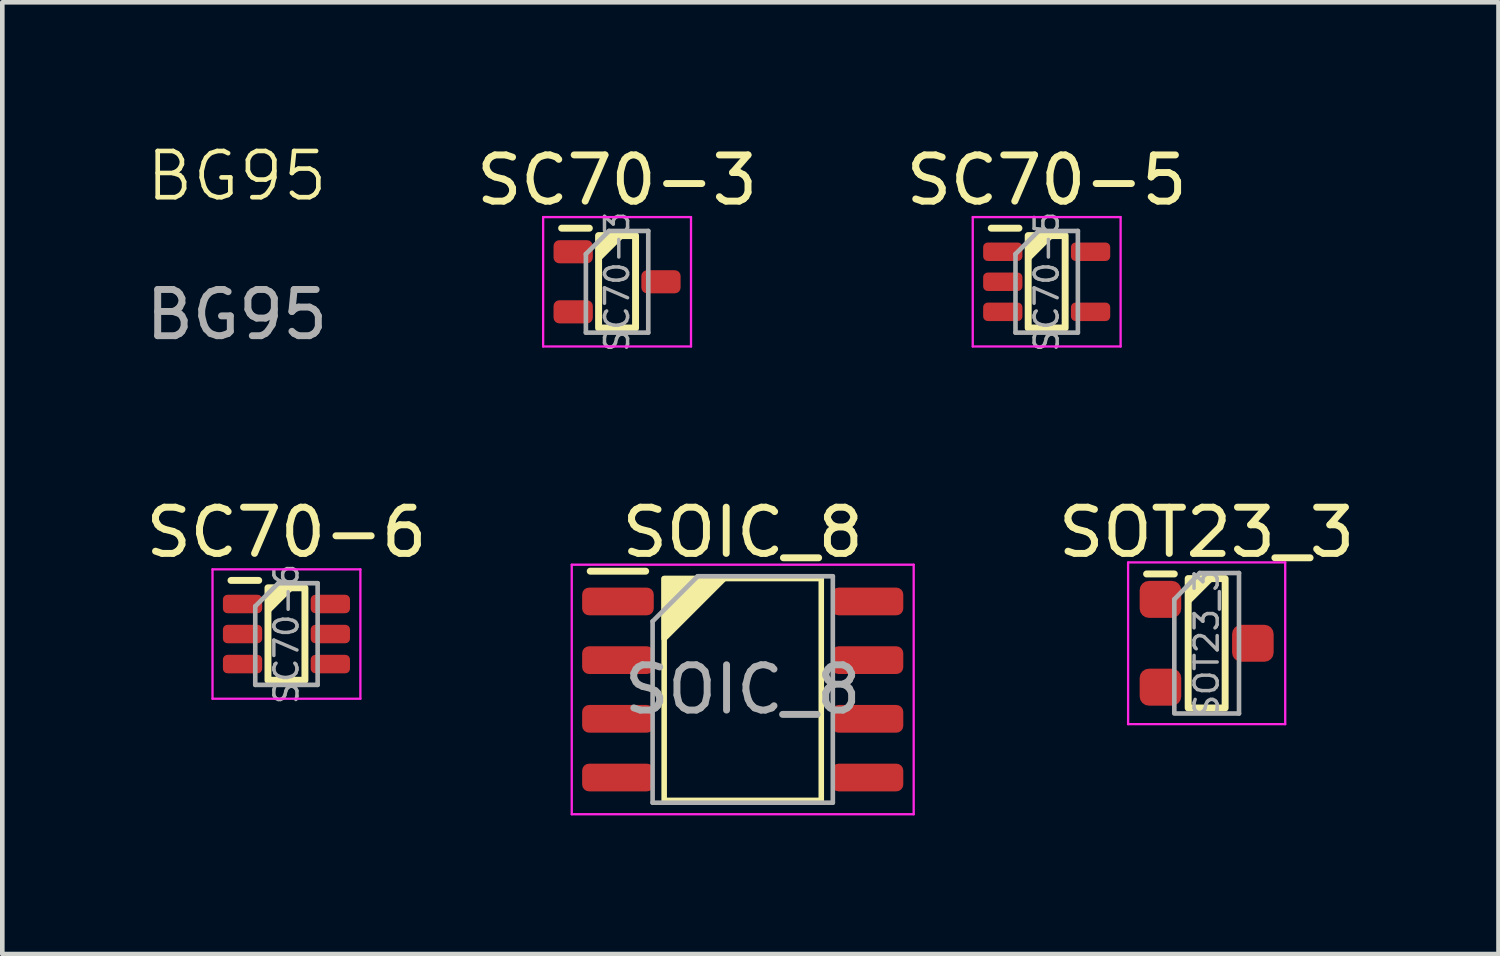
<source format=kicad_pcb>
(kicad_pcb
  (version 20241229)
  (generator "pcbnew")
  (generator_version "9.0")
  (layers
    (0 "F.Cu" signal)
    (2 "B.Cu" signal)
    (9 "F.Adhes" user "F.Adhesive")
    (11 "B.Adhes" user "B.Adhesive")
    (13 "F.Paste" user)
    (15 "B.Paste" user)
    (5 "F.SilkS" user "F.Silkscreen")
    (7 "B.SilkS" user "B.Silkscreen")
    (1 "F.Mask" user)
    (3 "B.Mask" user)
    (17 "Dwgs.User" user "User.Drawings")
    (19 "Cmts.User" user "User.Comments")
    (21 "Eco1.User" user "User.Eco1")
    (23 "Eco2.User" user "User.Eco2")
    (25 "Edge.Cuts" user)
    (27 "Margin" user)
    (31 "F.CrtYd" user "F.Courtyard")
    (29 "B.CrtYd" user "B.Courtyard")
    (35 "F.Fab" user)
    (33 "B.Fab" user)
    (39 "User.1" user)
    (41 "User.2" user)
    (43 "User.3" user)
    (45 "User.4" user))
  (footprint "SOIC_8"
    (layer "F.Cu")
    (at 13.023 11.871)
    (property "Reference" "SOIC_8" (at 0 -3.4 0) (unlocked yes) (layer "F.SilkS") (effects (font (size 1 1) (thickness 0.15))))
    (attr smd)
    (fp_line (start -2.1 -2.56) (end -3.3 -2.56) (stroke (width 0.15) (type solid)) (layer "F.SilkS"))
    (fp_rect (start -1.7 2.4) (end 1.7 -2.4) (stroke (width 0.12) (type solid)) (fill no) (layer "F.SilkS"))
    (fp_poly (pts (xy -1.7 -1.1) (xy -1.7 -2.4) (xy -0.4 -2.4)) (stroke (width 0.12) (type solid)) (fill yes) (layer "F.SilkS"))
    (fp_line (start -3.7 -2.7) (end -3.7 2.7) (stroke (width 0.05) (type solid)) (layer "F.CrtYd"))
    (fp_line (start -3.7 2.7) (end 3.7 2.7) (stroke (width 0.05) (type solid)) (layer "F.CrtYd"))
    (fp_line (start 3.7 -2.7) (end -3.7 -2.7) (stroke (width 0.05) (type solid)) (layer "F.CrtYd"))
    (fp_line (start 3.7 2.7) (end 3.7 -2.7) (stroke (width 0.05) (type solid)) (layer "F.CrtYd"))
    (fp_line (start -1.95 -1.475) (end -0.975 -2.45) (stroke (width 0.1) (type solid)) (layer "F.Fab"))
    (fp_line (start -1.95 2.45) (end -1.95 -1.475) (stroke (width 0.1) (type solid)) (layer "F.Fab"))
    (fp_line (start -0.975 -2.45) (end 1.95 -2.45) (stroke (width 0.1) (type solid)) (layer "F.Fab"))
    (fp_line (start 1.95 -2.45) (end 1.95 2.45) (stroke (width 0.1) (type solid)) (layer "F.Fab"))
    (fp_line (start 1.95 2.45) (end -1.95 2.45) (stroke (width 0.1) (type solid)) (layer "F.Fab"))
    (fp_text user "${REFERENCE}" (at 0 0 0) (layer "F.Fab") (effects (font (size 0.98 0.98) (thickness 0.15))))
    (pad "1" smd roundrect (at -2.7 -1.905) (size 1.55 0.6) (layers "F.Cu" "F.Mask" "F.Paste") (roundrect_rratio 0.25))
    (pad "2" smd roundrect (at -2.7 -0.635) (size 1.55 0.6) (layers "F.Cu" "F.Mask" "F.Paste") (roundrect_rratio 0.25))
    (pad "3" smd roundrect (at -2.7 0.635) (size 1.55 0.6) (layers "F.Cu" "F.Mask" "F.Paste") (roundrect_rratio 0.25))
    (pad "4" smd roundrect (at -2.7 1.905) (size 1.55 0.6) (layers "F.Cu" "F.Mask" "F.Paste") (roundrect_rratio 0.25))
    (pad "5" smd roundrect (at 2.7 1.905) (size 1.55 0.6) (layers "F.Cu" "F.Mask" "F.Paste") (roundrect_rratio 0.25))
    (pad "6" smd roundrect (at 2.7 0.635) (size 1.55 0.6) (layers "F.Cu" "F.Mask" "F.Paste") (roundrect_rratio 0.25))
    (pad "7" smd roundrect (at 2.7 -0.635) (size 1.55 0.6) (layers "F.Cu" "F.Mask" "F.Paste") (roundrect_rratio 0.25))
    (pad "8" smd roundrect (at 2.7 -1.905) (size 1.55 0.6) (layers "F.Cu" "F.Mask" "F.Paste") (roundrect_rratio 0.25)))
  (footprint "SC70-5"
    (layer "F.Cu")
    (at 19.601 3.048)
    (property "Reference" "SC70-5" (at 0 -2.2 0) (unlocked yes) (layer "F.SilkS") (effects (font (size 1 1) (thickness 0.15))))
    (attr smd)
    (fp_line (start -0.6 -1.16) (end -1.2 -1.16) (stroke (width 0.15) (type solid)) (layer "F.SilkS"))
    (fp_rect (start -0.4 1) (end 0.4 -1) (stroke (width 0.15) (type solid)) (fill no) (layer "F.SilkS"))
    (fp_poly (pts (xy -0.4 -0.5) (xy -0.4 -1) (xy 0.1 -1)) (stroke (width 0.12) (type solid)) (fill yes) (layer "F.SilkS"))
    (fp_line (start -1.6 -1.4) (end -1.6 1.4) (stroke (width 0.05) (type solid)) (layer "F.CrtYd"))
    (fp_line (start -1.6 -1.4) (end 1.6 -1.4) (stroke (width 0.05) (type solid)) (layer "F.CrtYd"))
    (fp_line (start -1.6 1.4) (end 1.6 1.4) (stroke (width 0.05) (type solid)) (layer "F.CrtYd"))
    (fp_line (start 1.6 1.4) (end 1.6 -1.4) (stroke (width 0.05) (type solid)) (layer "F.CrtYd"))
    (fp_line (start -0.675 -0.6) (end -0.675 1.1) (stroke (width 0.1) (type solid)) (layer "F.Fab"))
    (fp_line (start -0.175 -1.1) (end -0.675 -0.6) (stroke (width 0.1) (type solid)) (layer "F.Fab"))
    (fp_line (start 0.675 -1.1) (end -0.175 -1.1) (stroke (width 0.1) (type solid)) (layer "F.Fab"))
    (fp_line (start 0.675 -1.1) (end 0.675 1.1) (stroke (width 0.1) (type solid)) (layer "F.Fab"))
    (fp_line (start 0.675 1.1) (end -0.675 1.1) (stroke (width 0.1) (type solid)) (layer "F.Fab"))
    (fp_text user "${REFERENCE}" (at 0 0 90) (layer "F.Fab") (effects (font (size 0.5 0.5) (thickness 0.075))))
    (pad "1" smd roundrect (at -0.95 -0.65) (size 0.85 0.4) (layers "F.Cu" "F.Mask" "F.Paste") (roundrect_rratio 0.25))
    (pad "2" smd roundrect (at -0.95 0) (size 0.85 0.4) (layers "F.Cu" "F.Mask" "F.Paste") (roundrect_rratio 0.25))
    (pad "3" smd roundrect (at -0.95 0.65) (size 0.85 0.4) (layers "F.Cu" "F.Mask" "F.Paste") (roundrect_rratio 0.25))
    (pad "4" smd roundrect (at 0.95 0.65) (size 0.85 0.4) (layers "F.Cu" "F.Mask" "F.Paste") (roundrect_rratio 0.25))
    (pad "5" smd roundrect (at 0.95 -0.65) (size 0.85 0.4) (layers "F.Cu" "F.Mask" "F.Paste") (roundrect_rratio 0.25)))
  (footprint "SC70-6"
    (layer "F.Cu")
    (at 3.149 10.671)
    (property "Reference" "SC70-6" (at 0 -2.2 0) (unlocked yes) (layer "F.SilkS") (effects (font (size 1 1) (thickness 0.15))))
    (attr smd)
    (fp_line (start -0.6 -1.16) (end -1.2 -1.16) (stroke (width 0.15) (type solid)) (layer "F.SilkS"))
    (fp_rect (start -0.4 1) (end 0.4 -1) (stroke (width 0.15) (type solid)) (fill no) (layer "F.SilkS"))
    (fp_poly (pts (xy -0.4 -0.5) (xy -0.4 -1) (xy 0.1 -1)) (stroke (width 0.12) (type solid)) (fill yes) (layer "F.SilkS"))
    (fp_line (start -1.6 -1.4) (end -1.6 1.4) (stroke (width 0.05) (type solid)) (layer "F.CrtYd"))
    (fp_line (start -1.6 -1.4) (end 1.6 -1.4) (stroke (width 0.05) (type solid)) (layer "F.CrtYd"))
    (fp_line (start -1.6 1.4) (end 1.6 1.4) (stroke (width 0.05) (type solid)) (layer "F.CrtYd"))
    (fp_line (start 1.6 1.4) (end 1.6 -1.4) (stroke (width 0.05) (type solid)) (layer "F.CrtYd"))
    (fp_line (start -0.675 -0.6) (end -0.675 1.1) (stroke (width 0.1) (type solid)) (layer "F.Fab"))
    (fp_line (start -0.175 -1.1) (end -0.675 -0.6) (stroke (width 0.1) (type solid)) (layer "F.Fab"))
    (fp_line (start 0.675 -1.1) (end -0.175 -1.1) (stroke (width 0.1) (type solid)) (layer "F.Fab"))
    (fp_line (start 0.675 -1.1) (end 0.675 1.1) (stroke (width 0.1) (type solid)) (layer "F.Fab"))
    (fp_line (start 0.675 1.1) (end -0.675 1.1) (stroke (width 0.1) (type solid)) (layer "F.Fab"))
    (fp_text user "${REFERENCE}" (at 0 0 90) (layer "F.Fab") (effects (font (size 0.5 0.5) (thickness 0.075))))
    (pad "1" smd roundrect (at -0.95 -0.65) (size 0.85 0.4) (layers "F.Cu" "F.Mask" "F.Paste") (roundrect_rratio 0.25))
    (pad "2" smd roundrect (at -0.95 0) (size 0.85 0.4) (layers "F.Cu" "F.Mask" "F.Paste") (roundrect_rratio 0.25))
    (pad "3" smd roundrect (at -0.95 0.65) (size 0.85 0.4) (layers "F.Cu" "F.Mask" "F.Paste") (roundrect_rratio 0.25))
    (pad "4" smd roundrect (at 0.95 0.65) (size 0.85 0.4) (layers "F.Cu" "F.Mask" "F.Paste") (roundrect_rratio 0.25))
    (pad "5" smd roundrect (at 0.95 0) (size 0.85 0.4) (layers "F.Cu" "F.Mask" "F.Paste") (roundrect_rratio 0.25))
    (pad "6" smd roundrect (at 0.95 -0.65) (size 0.85 0.4) (layers "F.Cu" "F.Mask" "F.Paste") (roundrect_rratio 0.25)))
  (footprint "BG95"
    (layer "F.Cu")
    (at 2.077 1.26)
    (property "Reference" "BG95" (at 0 -0.5 0) (unlocked yes) (layer "F.SilkS") (effects (font (size 1 1) (thickness 0.1))))
    (attr smd)
    (fp_text user "${REFERENCE}" (at 0 2.5 0) (unlocked yes) (layer "F.Fab") (effects (font (size 1 1) (thickness 0.15)))))
  (footprint "SOT23_3"
    (layer "F.Cu")
    (at 23.063 10.871)
    (property "Reference" "SOT23_3" (at 0 -2.4 0) (layer "F.SilkS") (effects (font (size 1 1) (thickness 0.15))))
    (attr smd)
    (fp_line (start -1.3 -1.5) (end -0.7 -1.5) (stroke (width 0.15) (type solid)) (layer "F.SilkS"))
    (fp_rect (start -0.4 1.4) (end 0.4 -1.4) (stroke (width 0.15) (type solid)) (fill no) (layer "F.SilkS"))
    (fp_poly (pts (xy -0.4 -0.9) (xy -0.4 -1.4) (xy 0.1 -1.4)) (stroke (width 0.12) (type solid)) (fill yes) (layer "F.SilkS"))
    (fp_line (start -1.7 -1.75) (end 1.7 -1.75) (stroke (width 0.05) (type solid)) (layer "F.CrtYd"))
    (fp_line (start -1.7 1.75) (end -1.7 -1.75) (stroke (width 0.05) (type solid)) (layer "F.CrtYd"))
    (fp_line (start 1.7 -1.75) (end 1.7 1.75) (stroke (width 0.05) (type solid)) (layer "F.CrtYd"))
    (fp_line (start 1.7 1.75) (end -1.7 1.75) (stroke (width 0.05) (type solid)) (layer "F.CrtYd"))
    (fp_line (start -0.7 -0.95) (end -0.7 1.5) (stroke (width 0.1) (type solid)) (layer "F.Fab"))
    (fp_line (start -0.7 -0.95) (end -0.15 -1.52) (stroke (width 0.1) (type solid)) (layer "F.Fab"))
    (fp_line (start -0.7 1.52) (end 0.7 1.52) (stroke (width 0.1) (type solid)) (layer "F.Fab"))
    (fp_line (start -0.15 -1.52) (end 0.7 -1.52) (stroke (width 0.1) (type solid)) (layer "F.Fab"))
    (fp_line (start 0.7 -1.52) (end 0.7 1.52) (stroke (width 0.1) (type solid)) (layer "F.Fab"))
    (fp_text user "${REFERENCE}" (at 0 0 90) (layer "F.Fab") (effects (font (size 0.5 0.5) (thickness 0.075))))
    (pad "1" smd roundrect (at -1 -0.95) (size 0.9 0.8) (layers "F.Cu" "F.Mask" "F.Paste") (roundrect_rratio 0.25))
    (pad "2" smd roundrect (at -1 0.95) (size 0.9 0.8) (layers "F.Cu" "F.Mask" "F.Paste") (roundrect_rratio 0.25))
    (pad "3" smd roundrect (at 1 0) (size 0.9 0.8) (layers "F.Cu" "F.Mask" "F.Paste") (roundrect_rratio 0.25)))
  (footprint "SC70-3"
    (layer "F.Cu")
    (at 10.304 3.048)
    (property "Reference" "SC70-3" (at 0 -2.2 0) (unlocked yes) (layer "F.SilkS") (effects (font (size 1 1) (thickness 0.15))))
    (attr smd)
    (fp_line (start -0.6 -1.16) (end -1.2 -1.16) (stroke (width 0.15) (type solid)) (layer "F.SilkS"))
    (fp_rect (start -0.4 1) (end 0.4 -1) (stroke (width 0.15) (type solid)) (fill no) (layer "F.SilkS"))
    (fp_poly (pts (xy -0.4 -0.5) (xy -0.4 -1) (xy 0.1 -1)) (stroke (width 0.12) (type solid)) (fill yes) (layer "F.SilkS"))
    (fp_line (start -1.6 -1.4) (end -1.6 1.4) (stroke (width 0.05) (type solid)) (layer "F.CrtYd"))
    (fp_line (start -1.6 -1.4) (end 1.6 -1.4) (stroke (width 0.05) (type solid)) (layer "F.CrtYd"))
    (fp_line (start -1.6 1.4) (end 1.6 1.4) (stroke (width 0.05) (type solid)) (layer "F.CrtYd"))
    (fp_line (start 1.6 1.4) (end 1.6 -1.4) (stroke (width 0.05) (type solid)) (layer "F.CrtYd"))
    (fp_line (start -0.675 -0.6) (end -0.675 1.1) (stroke (width 0.1) (type solid)) (layer "F.Fab"))
    (fp_line (start -0.175 -1.1) (end -0.675 -0.6) (stroke (width 0.1) (type solid)) (layer "F.Fab"))
    (fp_line (start 0.675 -1.1) (end -0.175 -1.1) (stroke (width 0.1) (type solid)) (layer "F.Fab"))
    (fp_line (start 0.675 -1.1) (end 0.675 1.1) (stroke (width 0.1) (type solid)) (layer "F.Fab"))
    (fp_line (start 0.675 1.1) (end -0.675 1.1) (stroke (width 0.1) (type solid)) (layer "F.Fab"))
    (fp_text user "${REFERENCE}" (at 0 0 90) (layer "F.Fab") (effects (font (size 0.5 0.5) (thickness 0.075))))
    (pad "1" smd roundrect (at -0.95 -0.65) (size 0.85 0.5) (layers "F.Cu" "F.Mask" "F.Paste") (roundrect_rratio 0.25))
    (pad "2" smd roundrect (at -0.95 0.65) (size 0.85 0.5) (layers "F.Cu" "F.Mask" "F.Paste") (roundrect_rratio 0.25))
    (pad "3" smd roundrect (at 0.95 0) (size 0.85 0.5) (layers "F.Cu" "F.Mask" "F.Paste") (roundrect_rratio 0.25)))
  (gr_rect
    (start -3 -3)
    (end 29.379 17.596)
    (stroke (width 0.1) (type default))
    (fill no)
    (layer "Edge.Cuts")))
</source>
